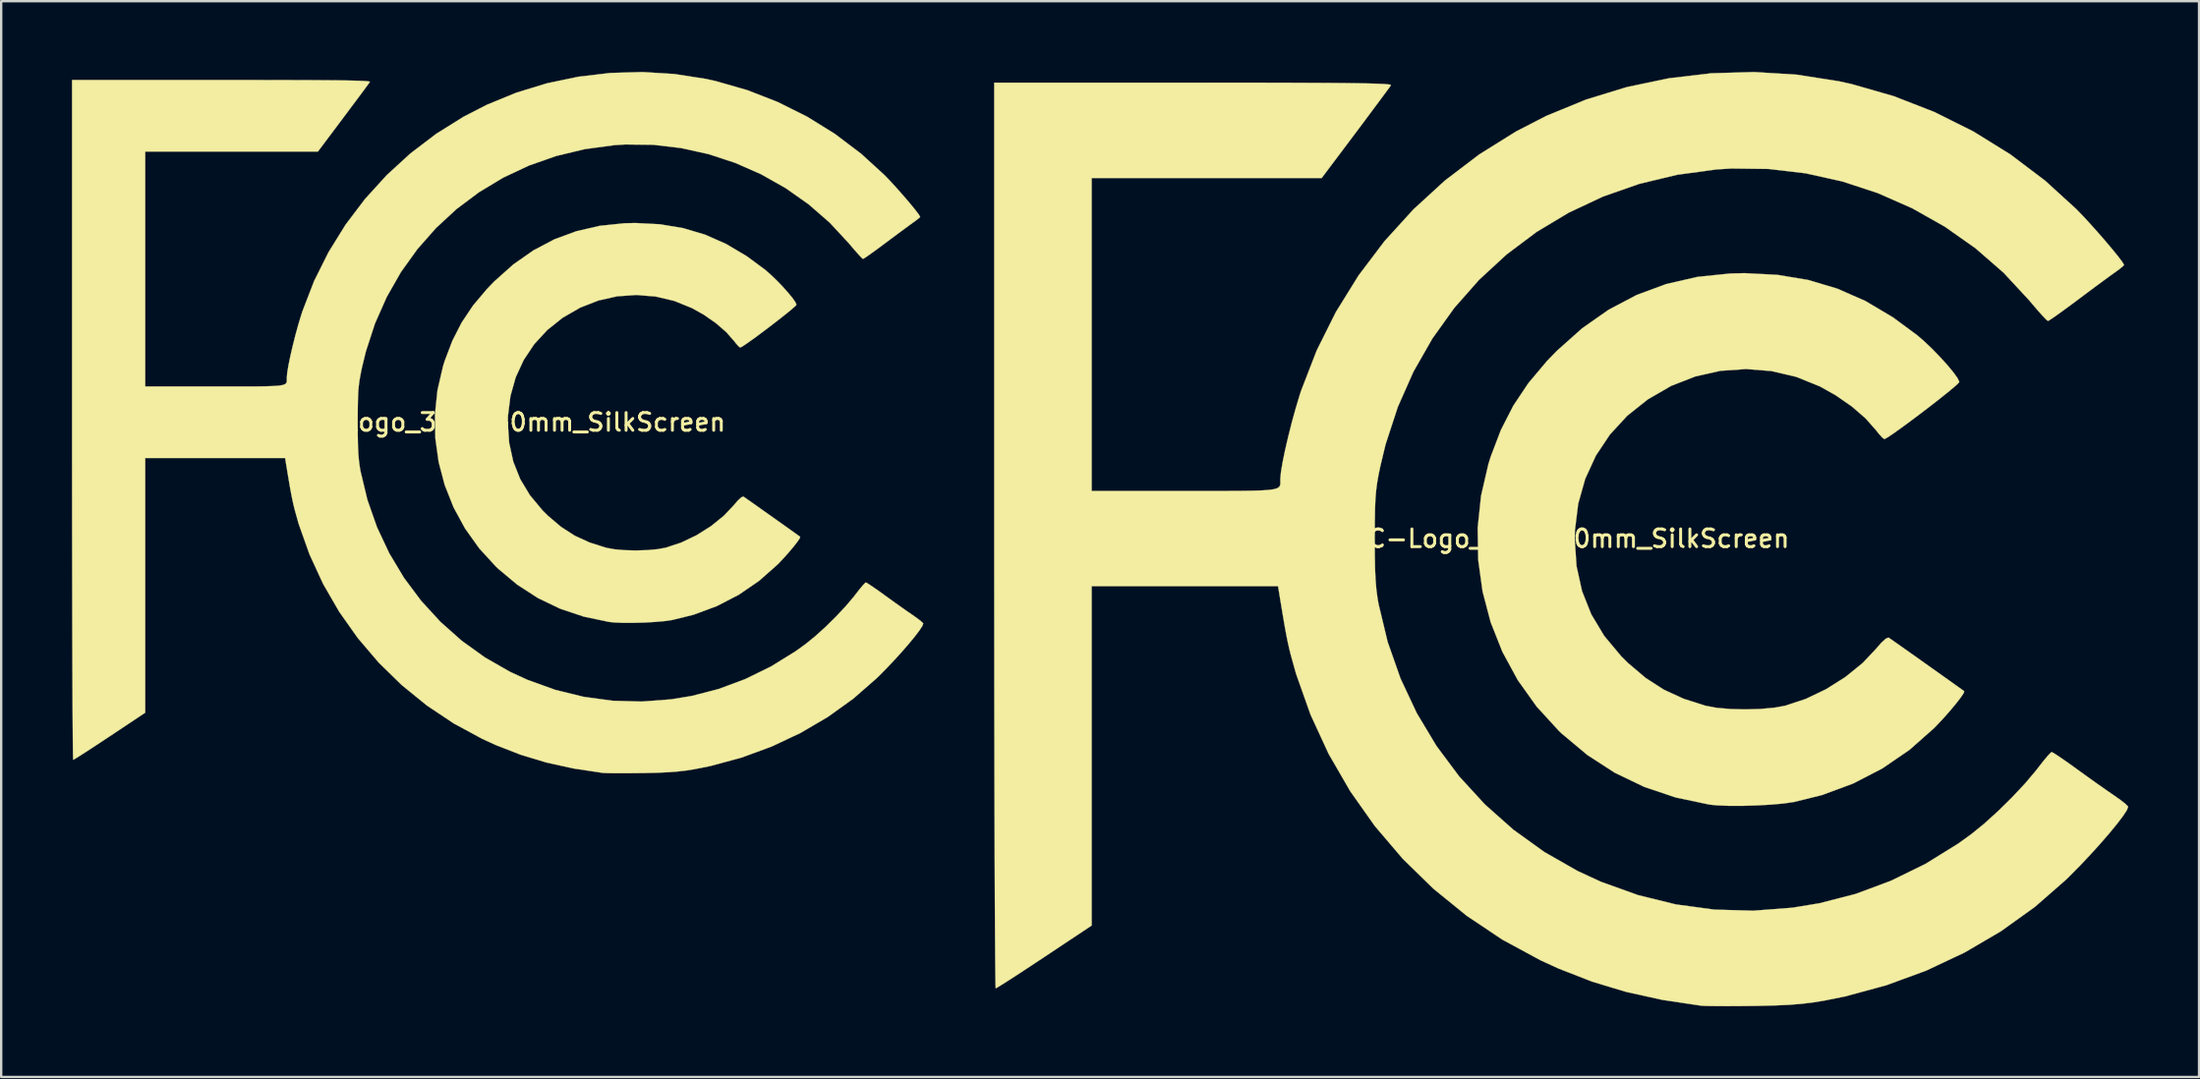
<source format=kicad_pcb>
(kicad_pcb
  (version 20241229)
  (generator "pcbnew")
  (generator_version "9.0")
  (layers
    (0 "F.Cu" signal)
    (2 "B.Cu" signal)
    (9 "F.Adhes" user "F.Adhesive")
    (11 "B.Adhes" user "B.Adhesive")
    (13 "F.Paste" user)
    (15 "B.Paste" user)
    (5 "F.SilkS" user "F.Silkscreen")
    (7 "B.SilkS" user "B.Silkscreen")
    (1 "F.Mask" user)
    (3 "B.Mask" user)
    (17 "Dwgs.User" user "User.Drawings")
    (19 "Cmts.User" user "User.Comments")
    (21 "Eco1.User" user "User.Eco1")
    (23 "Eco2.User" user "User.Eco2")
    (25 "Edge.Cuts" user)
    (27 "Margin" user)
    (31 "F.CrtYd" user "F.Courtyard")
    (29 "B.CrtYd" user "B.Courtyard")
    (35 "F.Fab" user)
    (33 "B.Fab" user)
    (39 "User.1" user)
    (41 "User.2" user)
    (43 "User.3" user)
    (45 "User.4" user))
  (footprint "FCC-Logo_36.3x30mm_SilkScreen"
    (layer "F.Cu")
    (at 18.082 14.857)
    (property "Reference" "FCC-Logo_36.3x30mm_SilkScreen" (at 0 0 0) (layer "F.SilkS") (effects (font (size 0.75 0.75) (thickness 0.125))))
    (attr exclude_from_pos_files exclude_from_bom allow_missing_courtyard)
    (fp_poly (pts (xy 6.844 -8.396) (xy 7.823 -8.234) (xy 8.754 -7.957) (xy 9.65 -7.562) (xy 10.524 -7.044) (xy 11.294 -6.475) (xy 11.529 -6.271) (xy 11.781 -6.03) (xy 12.031 -5.773) (xy 12.259 -5.519) (xy 12.448 -5.291) (xy 12.579 -5.108) (xy 12.634 -4.992) (xy 12.634 -4.985) (xy 12.584 -4.925) (xy 12.445 -4.802) (xy 12.236 -4.63) (xy 11.976 -4.423) (xy 11.682 -4.195) (xy 11.374 -3.959) (xy 11.07 -3.731) (xy 10.789 -3.524) (xy 10.548 -3.353) (xy 10.366 -3.23) (xy 10.263 -3.172) (xy 10.25 -3.168) (xy 10.181 -3.218) (xy 10.069 -3.344) (xy 9.995 -3.439) (xy 9.656 -3.824) (xy 9.215 -4.206) (xy 8.7 -4.564) (xy 8.206 -4.841) (xy 7.451 -5.147) (xy 6.66 -5.333) (xy 5.85 -5.398) (xy 5.037 -5.342) (xy 4.24 -5.164) (xy 3.474 -4.865) (xy 3.467 -4.862) (xy 2.72 -4.431) (xy 2.069 -3.911) (xy 1.516 -3.311) (xy 1.069 -2.639) (xy 0.73 -1.902) (xy 0.507 -1.109) (xy 0.403 -0.268) (xy 0.396 0.02) (xy 0.454 0.874) (xy 0.628 1.669) (xy 0.922 2.41) (xy 1.337 3.1) (xy 1.876 3.746) (xy 2.096 3.964) (xy 2.654 4.437) (xy 3.232 4.81) (xy 3.866 5.101) (xy 4.56 5.322) (xy 4.91 5.387) (xy 5.347 5.426) (xy 5.827 5.438) (xy 6.31 5.423) (xy 6.752 5.383) (xy 7.085 5.322) (xy 7.742 5.106) (xy 8.395 4.794) (xy 9.012 4.405) (xy 9.56 3.961) (xy 9.97 3.527) (xy 10.154 3.315) (xy 10.296 3.186) (xy 10.382 3.15) (xy 10.387 3.152) (xy 10.454 3.199) (xy 10.61 3.309) (xy 10.835 3.467) (xy 11.109 3.661) (xy 11.413 3.877) (xy 11.728 4.1) (xy 12.035 4.318) (xy 12.314 4.516) (xy 12.545 4.681) (xy 12.71 4.8) (xy 12.79 4.857) (xy 12.792 4.859) (xy 12.773 4.921) (xy 12.68 5.06) (xy 12.531 5.253) (xy 12.341 5.48) (xy 12.129 5.721) (xy 11.909 5.955) (xy 11.835 6.031) (xy 11.049 6.726) (xy 10.187 7.317) (xy 9.255 7.798) (xy 8.264 8.165) (xy 7.373 8.385) (xy 7.053 8.432) (xy 6.648 8.468) (xy 6.195 8.494) (xy 5.731 8.507) (xy 5.293 8.507) (xy 4.919 8.492) (xy 4.684 8.467) (xy 3.612 8.242) (xy 2.609 7.905) (xy 1.673 7.455) (xy 0.798 6.889) (xy -0.017 6.207) (xy -0.109 6.119) (xy -0.816 5.346) (xy -1.416 4.505) (xy -1.904 3.607) (xy -2.278 2.663) (xy -2.536 1.683) (xy -2.675 0.679) (xy -2.692 -0.34) (xy -2.584 -1.361) (xy -2.349 -2.376) (xy -2.278 -2.604) (xy -1.954 -3.455) (xy -1.56 -4.228) (xy -1.078 -4.949) (xy -0.491 -5.647) (xy -0.174 -5.975) (xy 0.631 -6.693) (xy 1.477 -7.286) (xy 2.368 -7.756) (xy 3.308 -8.103) (xy 4.3 -8.331) (xy 5.348 -8.439) (xy 5.806 -8.449) (xy 6.844 -8.396)) (stroke (width 0.01) (type solid)) (fill yes) (layer "F.SilkS"))
    (fp_poly (pts (xy 7.463 -14.768) (xy 8.798 -14.56) (xy 9.203 -14.47) (xy 10.544 -14.086) (xy 11.84 -13.581) (xy 13.083 -12.961) (xy 14.261 -12.23) (xy 15.366 -11.395) (xy 16.359 -10.489) (xy 16.571 -10.27) (xy 16.809 -10.012) (xy 17.056 -9.735) (xy 17.297 -9.458) (xy 17.516 -9.198) (xy 17.696 -8.975) (xy 17.821 -8.809) (xy 17.876 -8.716) (xy 17.878 -8.709) (xy 17.827 -8.656) (xy 17.7 -8.556) (xy 17.597 -8.482) (xy 17.45 -8.376) (xy 17.222 -8.209) (xy 16.938 -7.999) (xy 16.623 -7.765) (xy 16.413 -7.607) (xy 16.113 -7.384) (xy 15.849 -7.192) (xy 15.639 -7.043) (xy 15.502 -6.951) (xy 15.456 -6.927) (xy 15.397 -6.975) (xy 15.272 -7.107) (xy 15.099 -7.302) (xy 14.894 -7.543) (xy 14.854 -7.591) (xy 14.047 -8.461) (xy 13.151 -9.242) (xy 12.177 -9.928) (xy 11.137 -10.515) (xy 10.044 -10.997) (xy 8.91 -11.37) (xy 7.745 -11.628) (xy 6.563 -11.767) (xy 5.375 -11.781) (xy 4.911 -11.752) (xy 3.656 -11.582) (xy 2.449 -11.292) (xy 1.297 -10.888) (xy 0.205 -10.375) (xy -0.82 -9.759) (xy -1.773 -9.045) (xy -2.647 -8.238) (xy -3.436 -7.343) (xy -4.135 -6.367) (xy -4.736 -5.314) (xy -5.234 -4.19) (xy -5.622 -3) (xy -5.789 -2.313) (xy -5.848 -2.022) (xy -5.893 -1.769) (xy -5.924 -1.524) (xy -5.946 -1.26) (xy -5.958 -0.95) (xy -5.965 -0.566) (xy -5.968 -0.079) (xy -5.968 -0.033) (xy -5.966 0.514) (xy -5.958 0.954) (xy -5.942 1.315) (xy -5.916 1.621) (xy -5.879 1.899) (xy -5.848 2.078) (xy -5.557 3.29) (xy -5.148 4.453) (xy -4.628 5.559) (xy -4.003 6.601) (xy -3.279 7.572) (xy -2.462 8.462) (xy -1.558 9.266) (xy -0.573 9.975) (xy 0.486 10.581) (xy 1.231 10.925) (xy 2.412 11.35) (xy 3.615 11.645) (xy 4.838 11.811) (xy 6.075 11.846) (xy 7.322 11.751) (xy 8.192 11.608) (xy 9.336 11.312) (xy 10.464 10.892) (xy 11.557 10.356) (xy 12.599 9.711) (xy 13.019 9.408) (xy 13.427 9.076) (xy 13.87 8.675) (xy 14.314 8.237) (xy 14.726 7.798) (xy 15.071 7.39) (xy 15.144 7.294) (xy 15.312 7.078) (xy 15.454 6.909) (xy 15.55 6.811) (xy 15.576 6.795) (xy 15.647 6.832) (xy 15.803 6.934) (xy 16.023 7.085) (xy 16.287 7.273) (xy 16.378 7.34) (xy 16.698 7.571) (xy 17.025 7.804) (xy 17.323 8.014) (xy 17.555 8.173) (xy 17.566 8.181) (xy 17.771 8.326) (xy 17.927 8.449) (xy 18.004 8.527) (xy 18.009 8.538) (xy 17.967 8.647) (xy 17.844 8.834) (xy 17.654 9.084) (xy 17.409 9.382) (xy 17.123 9.712) (xy 16.808 10.06) (xy 16.477 10.41) (xy 16.144 10.748) (xy 16.024 10.865) (xy 15.039 11.726) (xy 13.964 12.497) (xy 12.81 13.174) (xy 11.588 13.75) (xy 10.312 14.22) (xy 8.992 14.577) (xy 8.313 14.713) (xy 7.954 14.77) (xy 7.595 14.812) (xy 7.204 14.842) (xy 6.749 14.863) (xy 6.2 14.876) (xy 6.07 14.878) (xy 5.635 14.882) (xy 5.232 14.884) (xy 4.884 14.883) (xy 4.614 14.879) (xy 4.447 14.872) (xy 4.42 14.87) (xy 3.184 14.684) (xy 2.036 14.431) (xy 0.947 14.102) (xy -0.112 13.69) (xy -0.693 13.424) (xy -1.904 12.768) (xy -3.043 12.006) (xy -4.103 11.144) (xy -5.078 10.191) (xy -5.962 9.154) (xy -6.75 8.039) (xy -7.434 6.854) (xy -8.01 5.606) (xy -8.472 4.303) (xy -8.642 3.695) (xy -8.69 3.498) (xy -8.736 3.293) (xy -8.783 3.058) (xy -8.836 2.77) (xy -8.898 2.406) (xy -8.975 1.943) (xy -9.01 1.732) (xy -9.044 1.517) (xy -14.976 1.517) (xy -14.976 12.317) (xy -16.478 13.317) (xy -16.874 13.579) (xy -17.235 13.816) (xy -17.545 14.017) (xy -17.79 14.174) (xy -17.956 14.277) (xy -18.028 14.316) (xy -18.029 14.316) (xy -18.033 14.251) (xy -18.038 14.06) (xy -18.042 13.749) (xy -18.046 13.325) (xy -18.05 12.792) (xy -18.054 12.156) (xy -18.058 11.425) (xy -18.061 10.604) (xy -18.064 9.698) (xy -18.067 8.715) (xy -18.069 7.659) (xy -18.071 6.537) (xy -18.073 5.355) (xy -18.075 4.118) (xy -18.076 2.833) (xy -18.077 1.506) (xy -18.077 0.143) (xy -18.077 -0.099) (xy -18.077 -14.514) (xy -11.739 -14.514) (xy -10.648 -14.514) (xy -9.682 -14.513) (xy -8.834 -14.511) (xy -8.099 -14.509) (xy -7.47 -14.505) (xy -6.939 -14.501) (xy -6.501 -14.495) (xy -6.15 -14.488) (xy -5.877 -14.48) (xy -5.678 -14.471) (xy -5.545 -14.46) (xy -5.471 -14.447) (xy -5.451 -14.433) (xy -5.452 -14.432) (xy -5.503 -14.359) (xy -5.623 -14.195) (xy -5.801 -13.955) (xy -6.025 -13.654) (xy -6.286 -13.305) (xy -6.572 -12.923) (xy -6.578 -12.914) (xy -7.655 -11.479) (xy -14.976 -11.479) (xy -14.976 -1.517) (xy -12.014 -1.517) (xy -11.301 -1.517) (xy -10.709 -1.517) (xy -10.226 -1.519) (xy -9.842 -1.525) (xy -9.544 -1.535) (xy -9.324 -1.55) (xy -9.168 -1.574) (xy -9.065 -1.606) (xy -9.006 -1.648) (xy -8.978 -1.701) (xy -8.97 -1.768) (xy -8.972 -1.848) (xy -8.972 -1.894) (xy -8.954 -2.107) (xy -8.902 -2.421) (xy -8.822 -2.808) (xy -8.722 -3.242) (xy -8.607 -3.697) (xy -8.483 -4.148) (xy -8.356 -4.567) (xy -8.311 -4.706) (xy -7.815 -5.989) (xy -7.203 -7.214) (xy -6.483 -8.376) (xy -5.659 -9.466) (xy -4.74 -10.476) (xy -3.732 -11.4) (xy -2.641 -12.231) (xy -1.474 -12.96) (xy -0.505 -13.458) (xy 0.75 -13.974) (xy 2.052 -14.373) (xy 3.388 -14.653) (xy 4.744 -14.813) (xy 6.107 -14.852) (xy 7.463 -14.768)) (stroke (width 0.01) (type solid)) (fill yes) (layer "F.SilkS")))
  (footprint "FCC-Logo_48.3x40mm_SilkScreen"
    (layer "F.Cu")
    (at 63.182 19.791)
    (property "Reference" "FCC-Logo_48.3x40mm_SilkScreen" (at 0 0 0) (layer "F.SilkS") (effects (font (size 0.75 0.75) (thickness 0.125))))
    (attr exclude_from_pos_files exclude_from_bom allow_missing_courtyard)
    (fp_poly (pts (xy 9.118 -11.185) (xy 10.421 -10.969) (xy 11.661 -10.6) (xy 12.855 -10.074) (xy 14.019 -9.383) (xy 15.046 -8.625) (xy 15.359 -8.354) (xy 15.695 -8.033) (xy 16.027 -7.69) (xy 16.332 -7.353) (xy 16.583 -7.049) (xy 16.758 -6.805) (xy 16.83 -6.651) (xy 16.831 -6.641) (xy 16.764 -6.561) (xy 16.579 -6.398) (xy 16.301 -6.168) (xy 15.954 -5.892) (xy 15.563 -5.588) (xy 15.153 -5.275) (xy 14.748 -4.971) (xy 14.372 -4.695) (xy 14.052 -4.466) (xy 13.81 -4.303) (xy 13.672 -4.225) (xy 13.654 -4.221) (xy 13.563 -4.287) (xy 13.413 -4.454) (xy 13.315 -4.581) (xy 12.863 -5.094) (xy 12.275 -5.604) (xy 11.59 -6.079) (xy 10.932 -6.449) (xy 9.926 -6.857) (xy 8.872 -7.105) (xy 7.793 -7.191) (xy 6.71 -7.116) (xy 5.648 -6.879) (xy 4.627 -6.481) (xy 4.618 -6.477) (xy 3.624 -5.902) (xy 2.756 -5.211) (xy 2.02 -4.411) (xy 1.423 -3.516) (xy 0.973 -2.534) (xy 0.675 -1.478) (xy 0.537 -0.357) (xy 0.528 0.027) (xy 0.604 1.165) (xy 0.837 2.224) (xy 1.228 3.21) (xy 1.781 4.13) (xy 2.499 4.99) (xy 2.792 5.281) (xy 3.536 5.911) (xy 4.306 6.407) (xy 5.15 6.795) (xy 6.075 7.09) (xy 6.541 7.177) (xy 7.123 7.228) (xy 7.763 7.244) (xy 8.406 7.225) (xy 8.995 7.171) (xy 9.439 7.091) (xy 10.314 6.803) (xy 11.184 6.387) (xy 12.005 5.869) (xy 12.735 5.276) (xy 13.281 4.698) (xy 13.527 4.417) (xy 13.717 4.244) (xy 13.83 4.197) (xy 13.837 4.2) (xy 13.927 4.262) (xy 14.135 4.408) (xy 14.434 4.619) (xy 14.799 4.877) (xy 15.205 5.165) (xy 15.624 5.463) (xy 16.033 5.753) (xy 16.404 6.017) (xy 16.713 6.237) (xy 16.933 6.394) (xy 17.038 6.47) (xy 17.041 6.473) (xy 17.016 6.556) (xy 16.892 6.741) (xy 16.693 6.998) (xy 16.441 7.301) (xy 16.157 7.622) (xy 15.865 7.933) (xy 15.767 8.034) (xy 14.72 8.96) (xy 13.57 9.747) (xy 12.33 10.388) (xy 11.009 10.877) (xy 9.822 11.17) (xy 9.396 11.233) (xy 8.856 11.281) (xy 8.253 11.315) (xy 7.635 11.333) (xy 7.052 11.332) (xy 6.553 11.312) (xy 6.24 11.28) (xy 4.812 10.98) (xy 3.476 10.531) (xy 2.228 9.931) (xy 1.064 9.178) (xy -0.023 8.269) (xy -0.145 8.152) (xy -1.087 7.122) (xy -1.886 6.001) (xy -2.536 4.805) (xy -3.035 3.547) (xy -3.378 2.242) (xy -3.563 0.904) (xy -3.586 -0.452) (xy -3.442 -1.814) (xy -3.13 -3.165) (xy -3.035 -3.469) (xy -2.603 -4.603) (xy -2.078 -5.632) (xy -1.436 -6.593) (xy -0.654 -7.523) (xy -0.231 -7.96) (xy 0.841 -8.917) (xy 1.968 -9.707) (xy 3.155 -10.332) (xy 4.407 -10.795) (xy 5.728 -11.098) (xy 7.124 -11.242) (xy 7.734 -11.256) (xy 9.118 -11.185)) (stroke (width 0.01) (type solid)) (fill yes) (layer "F.SilkS"))
    (fp_poly (pts (xy 9.942 -19.674) (xy 11.72 -19.396) (xy 12.261 -19.277) (xy 14.047 -18.765) (xy 15.774 -18.092) (xy 17.428 -17.266) (xy 18.998 -16.293) (xy 20.47 -15.18) (xy 21.794 -13.973) (xy 22.076 -13.681) (xy 22.392 -13.338) (xy 22.722 -12.969) (xy 23.043 -12.599) (xy 23.334 -12.253) (xy 23.574 -11.957) (xy 23.741 -11.735) (xy 23.815 -11.612) (xy 23.816 -11.602) (xy 23.749 -11.531) (xy 23.58 -11.397) (xy 23.443 -11.299) (xy 23.246 -11.158) (xy 22.942 -10.936) (xy 22.564 -10.657) (xy 22.144 -10.344) (xy 21.865 -10.134) (xy 21.465 -9.837) (xy 21.114 -9.581) (xy 20.834 -9.383) (xy 20.651 -9.261) (xy 20.59 -9.228) (xy 20.512 -9.292) (xy 20.345 -9.467) (xy 20.114 -9.728) (xy 19.841 -10.049) (xy 19.788 -10.112) (xy 18.713 -11.272) (xy 17.519 -12.312) (xy 16.222 -13.226) (xy 14.837 -14.008) (xy 13.381 -14.65) (xy 11.869 -15.147) (xy 10.318 -15.491) (xy 8.743 -15.676) (xy 7.16 -15.695) (xy 6.543 -15.656) (xy 4.871 -15.429) (xy 3.263 -15.043) (xy 1.728 -14.505) (xy 0.273 -13.822) (xy -1.093 -13.001) (xy -2.362 -12.049) (xy -3.527 -10.974) (xy -4.578 -9.783) (xy -5.508 -8.482) (xy -6.309 -7.079) (xy -6.972 -5.582) (xy -7.49 -3.997) (xy -7.711 -3.081) (xy -7.791 -2.694) (xy -7.85 -2.356) (xy -7.892 -2.03) (xy -7.921 -1.679) (xy -7.938 -1.265) (xy -7.947 -0.754) (xy -7.95 -0.106) (xy -7.95 -0.044) (xy -7.948 0.684) (xy -7.937 1.271) (xy -7.915 1.751) (xy -7.881 2.159) (xy -7.831 2.53) (xy -7.79 2.769) (xy -7.402 4.383) (xy -6.858 5.932) (xy -6.166 7.406) (xy -5.333 8.794) (xy -4.369 10.087) (xy -3.28 11.273) (xy -2.076 12.344) (xy -0.764 13.288) (xy 0.648 14.096) (xy 1.64 14.554) (xy 3.213 15.12) (xy 4.816 15.514) (xy 6.445 15.734) (xy 8.093 15.781) (xy 9.755 15.654) (xy 10.913 15.463) (xy 12.438 15.07) (xy 13.94 14.51) (xy 15.396 13.796) (xy 16.784 12.936) (xy 17.343 12.533) (xy 17.887 12.091) (xy 18.477 11.556) (xy 19.069 10.974) (xy 19.618 10.388) (xy 20.077 9.844) (xy 20.175 9.717) (xy 20.399 9.43) (xy 20.588 9.205) (xy 20.716 9.073) (xy 20.75 9.053) (xy 20.844 9.102) (xy 21.052 9.237) (xy 21.346 9.439) (xy 21.697 9.689) (xy 21.819 9.778) (xy 22.245 10.086) (xy 22.681 10.397) (xy 23.078 10.676) (xy 23.386 10.888) (xy 23.401 10.898) (xy 23.675 11.092) (xy 23.881 11.255) (xy 23.985 11.359) (xy 23.991 11.374) (xy 23.935 11.519) (xy 23.771 11.768) (xy 23.518 12.101) (xy 23.192 12.498) (xy 22.811 12.938) (xy 22.391 13.402) (xy 21.951 13.868) (xy 21.506 14.318) (xy 21.347 14.474) (xy 20.035 15.621) (xy 18.602 16.649) (xy 17.065 17.55) (xy 15.438 18.318) (xy 13.737 18.943) (xy 11.979 19.419) (xy 11.074 19.6) (xy 10.597 19.676) (xy 10.118 19.732) (xy 9.597 19.773) (xy 8.991 19.8) (xy 8.26 19.817) (xy 8.086 19.82) (xy 7.507 19.826) (xy 6.97 19.828) (xy 6.507 19.826) (xy 6.147 19.821) (xy 5.924 19.812) (xy 5.889 19.809) (xy 4.241 19.562) (xy 2.712 19.225) (xy 1.261 18.787) (xy -0.15 18.237) (xy -0.923 17.883) (xy -2.537 17.009) (xy -4.054 15.994) (xy -5.466 14.846) (xy -6.765 13.577) (xy -7.943 12.194) (xy -8.992 10.709) (xy -9.904 9.131) (xy -10.671 7.469) (xy -11.286 5.733) (xy -11.512 4.922) (xy -11.577 4.659) (xy -11.638 4.387) (xy -11.701 4.074) (xy -11.771 3.69) (xy -11.854 3.205) (xy -11.956 2.588) (xy -12.002 2.307) (xy -12.049 2.021) (xy -19.951 2.021) (xy -19.951 16.409) (xy -21.952 17.74) (xy -22.48 18.09) (xy -22.96 18.405) (xy -23.373 18.673) (xy -23.7 18.882) (xy -23.921 19.019) (xy -24.016 19.072) (xy -24.018 19.072) (xy -24.024 18.985) (xy -24.03 18.731) (xy -24.035 18.317) (xy -24.041 17.751) (xy -24.046 17.041) (xy -24.051 16.195) (xy -24.056 15.22) (xy -24.06 14.126) (xy -24.064 12.92) (xy -24.068 11.61) (xy -24.072 10.203) (xy -24.074 8.708) (xy -24.077 7.133) (xy -24.079 5.486) (xy -24.08 3.775) (xy -24.081 2.007) (xy -24.082 0.19) (xy -24.082 -0.132) (xy -24.082 -19.336) (xy -15.639 -19.336) (xy -14.185 -19.335) (xy -12.898 -19.334) (xy -11.769 -19.332) (xy -10.789 -19.328) (xy -9.951 -19.324) (xy -9.244 -19.318) (xy -8.661 -19.31) (xy -8.193 -19.301) (xy -7.83 -19.29) (xy -7.564 -19.278) (xy -7.387 -19.263) (xy -7.289 -19.247) (xy -7.262 -19.228) (xy -7.263 -19.226) (xy -7.331 -19.129) (xy -7.491 -18.911) (xy -7.728 -18.591) (xy -8.027 -18.189) (xy -8.374 -17.724) (xy -8.754 -17.216) (xy -8.763 -17.204) (xy -10.198 -15.293) (xy -19.951 -15.293) (xy -19.951 -2.021) (xy -16.005 -2.021) (xy -15.055 -2.021) (xy -14.266 -2.021) (xy -13.623 -2.024) (xy -13.111 -2.031) (xy -12.715 -2.044) (xy -12.421 -2.065) (xy -12.213 -2.096) (xy -12.077 -2.139) (xy -11.998 -2.195) (xy -11.96 -2.266) (xy -11.95 -2.355) (xy -11.952 -2.462) (xy -11.953 -2.523) (xy -11.928 -2.808) (xy -11.859 -3.225) (xy -11.753 -3.74) (xy -11.619 -4.319) (xy -11.466 -4.926) (xy -11.3 -5.526) (xy -11.132 -6.085) (xy -11.072 -6.269) (xy -10.411 -7.978) (xy -9.596 -9.611) (xy -8.636 -11.158) (xy -7.539 -12.61) (xy -6.315 -13.956) (xy -4.972 -15.187) (xy -3.518 -16.293) (xy -1.963 -17.264) (xy -0.673 -17.928) (xy 0.999 -18.615) (xy 2.734 -19.147) (xy 4.514 -19.52) (xy 6.321 -19.734) (xy 8.136 -19.786) (xy 9.942 -19.674)) (stroke (width 0.01) (type solid)) (fill yes) (layer "F.SilkS")))
  (gr_rect
    (start -3 -3)
    (end 90.178 42.624)
    (stroke (width 0.1) (type default))
    (fill no)
    (layer "Edge.Cuts")))
</source>
